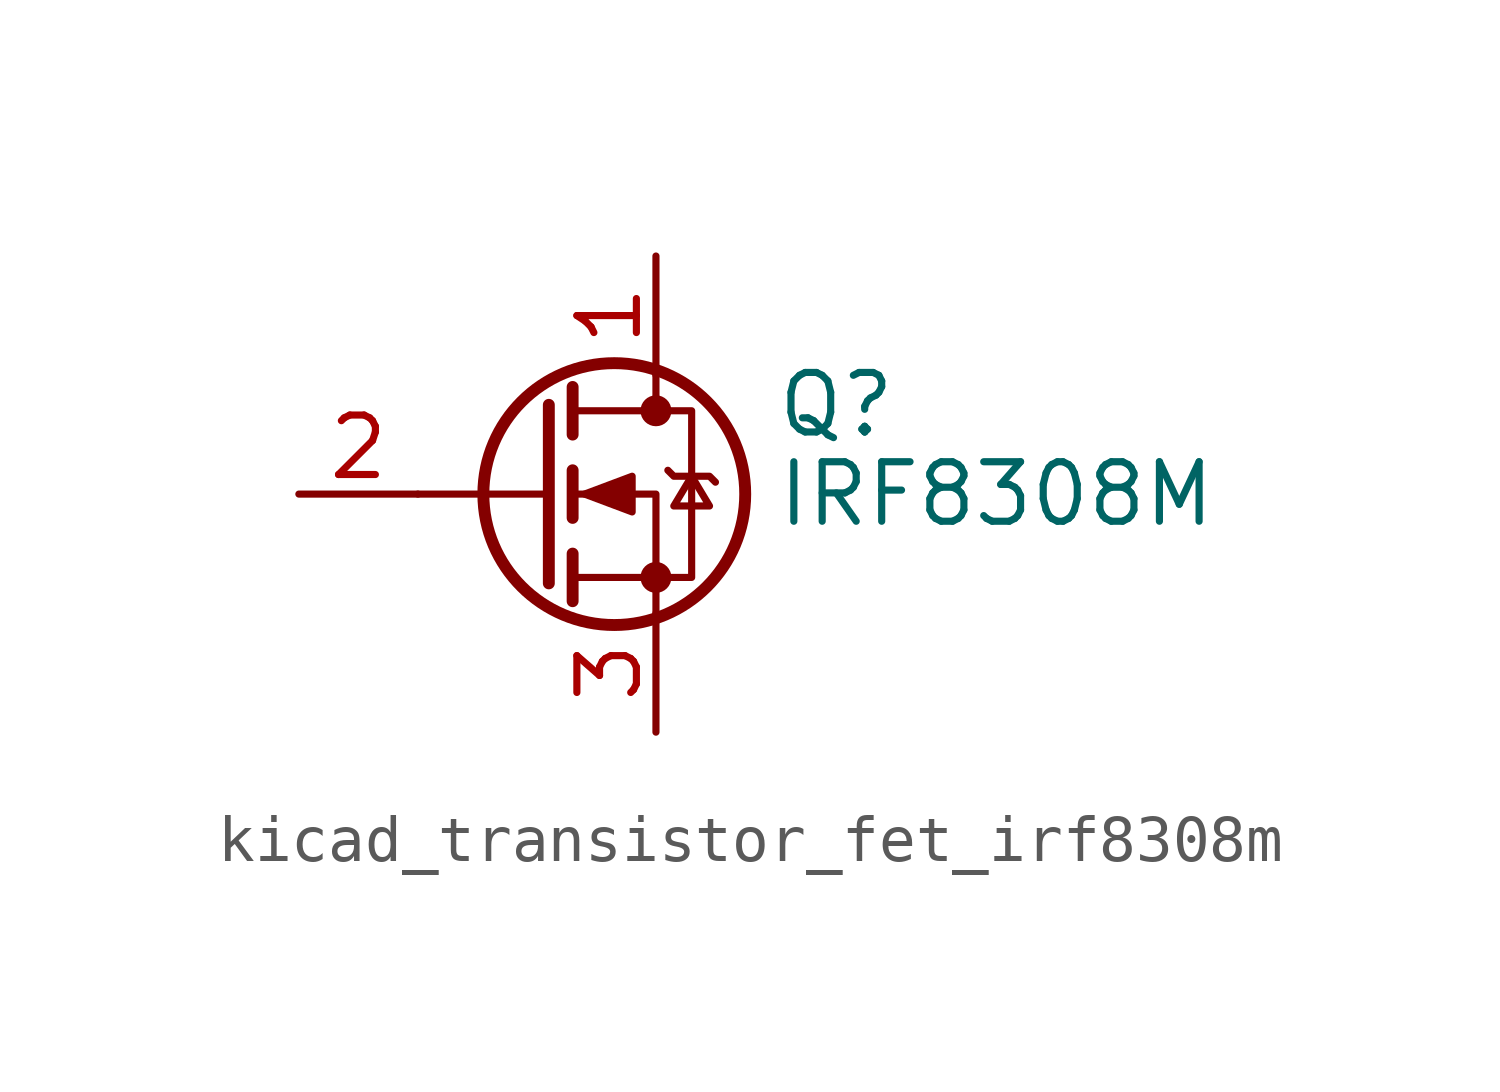
<source format=kicad_sym>
(kicad_symbol_lib
  (version 20220914)
  (generator kicad_symbol_editor)
  (symbol "kicad_transistor_fet_irf8308m"
    (pin_names hide)
    (property "Reference" "Q"
      (at 5.08 1.905 0)
      (effects (font (size 1.27 1.27)) (justify left)))
    (property "Value" "IRF8308M"
      (at 5.08 0 0)
      (effects (font (size 1.27 1.27)) (justify left)))
    (symbol "kicad_transistor_fet_irf8308m_0_1"
      (polyline (pts (xy 0.254 0) (xy -2.54 0)) (stroke (width 0) (type default)) (fill (type none)))
      (polyline (pts (xy 0.254 1.905) (xy 0.254 -1.905)) (stroke (width 0.254) (type default)) (fill (type none)))
      (polyline (pts (xy 0.762 -1.27) (xy 0.762 -2.286)) (stroke (width 0.254) (type default)) (fill (type none)))
      (polyline (pts (xy 0.762 0.508) (xy 0.762 -0.508)) (stroke (width 0.254) (type default)) (fill (type none)))
      (polyline (pts (xy 0.762 2.286) (xy 0.762 1.27)) (stroke (width 0.254) (type default)) (fill (type none)))
      (polyline (pts (xy 2.54 2.54) (xy 2.54 1.778)) (stroke (width 0) (type default)) (fill (type none)))
      (polyline (pts (xy 2.54 -2.54) (xy 2.54 0) (xy 0.762 0)) (stroke (width 0) (type default)) (fill (type none)))
      (polyline (pts (xy 0.762 -1.778) (xy 3.302 -1.778) (xy 3.302 1.778) (xy 0.762 1.778)) (stroke (width 0) (type default)) (fill (type none)))
      (polyline (pts (xy 1.016 0) (xy 2.032 0.381) (xy 2.032 -0.381) (xy 1.016 0)) (stroke (width 0) (type default)) (fill (type outline)))
      (polyline (pts (xy 2.794 0.508) (xy 2.921 0.381) (xy 3.683 0.381) (xy 3.81 0.254)) (stroke (width 0) (type default)) (fill (type none)))
      (polyline (pts (xy 3.302 0.381) (xy 2.921 -0.254) (xy 3.683 -0.254) (xy 3.302 0.381)) (stroke (width 0) (type default)) (fill (type none)))
      (circle (center 1.651 0) (radius 2.794) (stroke (width 0.254) (type default)) (fill (type none)))
      (circle (center 2.54 -1.778) (radius 0.254) (stroke (width 0) (type default)) (fill (type outline)))
      (circle (center 2.54 1.778) (radius 0.254) (stroke (width 0) (type default)) (fill (type outline))))
    (symbol "kicad_transistor_fet_irf8308m_1_1"
      (pin passive line (at 2.54 5.08 270) (length 2.54) (name "D" (effects (font (size 1.27 1.27)))) (number "1" (effects (font (size 1.27 1.27)))))
      (pin input line (at -5.08 0 0) (length 2.54) (name "G" (effects (font (size 1.27 1.27)))) (number "2" (effects (font (size 1.27 1.27)))))
      (pin passive line (at 2.54 -5.08 90) (length 2.54) (name "S" (effects (font (size 1.27 1.27)))) (number "3" (effects (font (size 1.27 1.27))))))))
</source>
